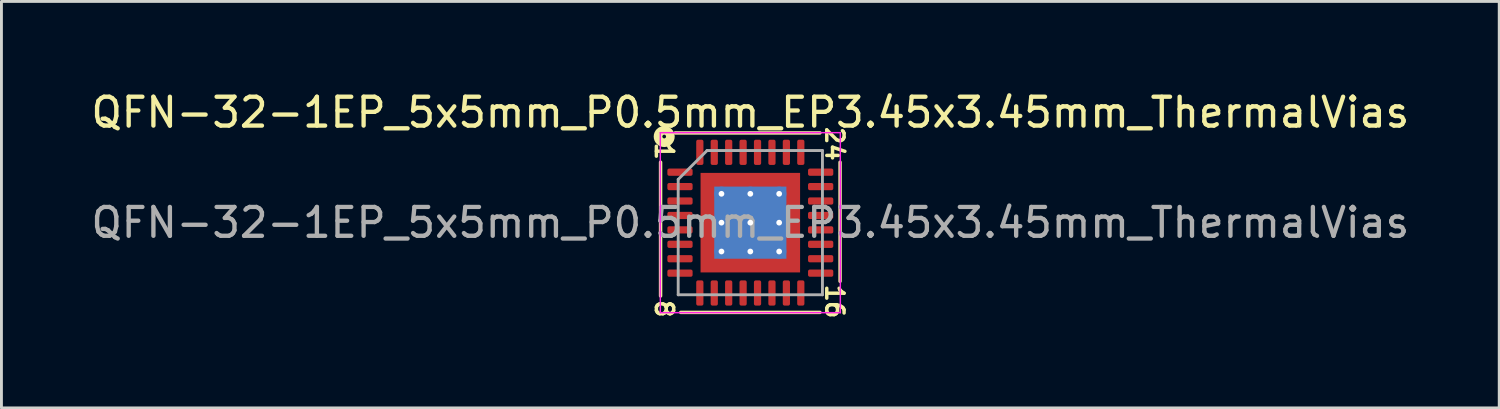
<source format=kicad_pcb>
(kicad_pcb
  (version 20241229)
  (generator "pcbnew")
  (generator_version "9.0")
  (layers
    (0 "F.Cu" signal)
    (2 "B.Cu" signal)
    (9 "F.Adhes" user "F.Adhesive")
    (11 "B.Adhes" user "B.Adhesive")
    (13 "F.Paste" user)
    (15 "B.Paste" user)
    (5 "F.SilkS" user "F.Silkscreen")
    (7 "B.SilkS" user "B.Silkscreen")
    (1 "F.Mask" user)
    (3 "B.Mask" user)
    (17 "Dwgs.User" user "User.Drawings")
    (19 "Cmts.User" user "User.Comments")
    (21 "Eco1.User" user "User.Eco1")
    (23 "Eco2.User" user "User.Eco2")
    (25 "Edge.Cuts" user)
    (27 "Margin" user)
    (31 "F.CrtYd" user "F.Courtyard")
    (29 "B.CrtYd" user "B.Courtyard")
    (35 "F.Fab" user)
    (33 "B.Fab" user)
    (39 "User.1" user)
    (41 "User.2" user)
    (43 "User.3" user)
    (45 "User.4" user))
  (footprint "QFN-32-1EP_5x5mm_P0.5mm_EP3.45x3.45mm_ThermalVias"
    (layer "F.Cu")
    (at 22.958 4.668)
    (property "Reference" "QFN-32-1EP_5x5mm_P0.5mm_EP3.45x3.45mm_ThermalVias" (at 0 -3.82 0) (layer "F.SilkS") (effects (font (size 1 1) (thickness 0.15))))
    (attr smd)
    (fp_line (start -3.111 -2.095) (end -3.111 2.54) (stroke (width 0.12) (type solid)) (layer "F.SilkS"))
    (fp_line (start -2.413 3.111) (end 2.413 3.111) (stroke (width 0.12) (type solid)) (layer "F.SilkS"))
    (fp_line (start 2.413 -3.111) (end -2.603 -3.111) (stroke (width 0.12) (type solid)) (layer "F.SilkS"))
    (fp_line (start 3.111 2.032) (end 3.111 -2.095) (stroke (width 0.12) (type solid)) (layer "F.SilkS"))
    (fp_circle (center -2.985 -2.985) (end -2.921 -2.985) (stroke (width 0.3) (type solid)) (fill no) (layer "F.SilkS"))
    (fp_line (start -3.12 -3.12) (end -3.12 3.12) (stroke (width 0.05) (type solid)) (layer "F.CrtYd"))
    (fp_line (start -3.12 3.12) (end 3.12 3.12) (stroke (width 0.05) (type solid)) (layer "F.CrtYd"))
    (fp_line (start 3.12 -3.12) (end -3.12 -3.12) (stroke (width 0.05) (type solid)) (layer "F.CrtYd"))
    (fp_line (start 3.12 3.12) (end 3.12 -3.12) (stroke (width 0.05) (type solid)) (layer "F.CrtYd"))
    (fp_line (start -2.5 -1.5) (end -1.5 -2.5) (stroke (width 0.1) (type solid)) (layer "F.Fab"))
    (fp_line (start -2.5 2.5) (end -2.5 -1.5) (stroke (width 0.1) (type solid)) (layer "F.Fab"))
    (fp_line (start -1.5 -2.5) (end 2.5 -2.5) (stroke (width 0.1) (type solid)) (layer "F.Fab"))
    (fp_line (start 2.5 -2.5) (end 2.5 2.5) (stroke (width 0.1) (type solid)) (layer "F.Fab"))
    (fp_line (start 2.5 2.5) (end -2.5 2.5) (stroke (width 0.1) (type solid)) (layer "F.Fab"))
    (fp_text user "24" (at 2.921 -2.731 270) (unlocked yes) (layer "F.SilkS") (effects (font (size 0.6 0.6) (thickness 0.12))))
    (fp_text user "1" (at -2.985 -2.477 270) (unlocked yes) (layer "F.SilkS") (effects (font (size 0.6 0.6) (thickness 0.12))))
    (fp_text user "8" (at -2.985 2.985 270) (unlocked yes) (layer "F.SilkS") (effects (font (size 0.6 0.6) (thickness 0.12))))
    (fp_text user "16" (at 2.921 2.731 270) (unlocked yes) (layer "F.SilkS") (effects (font (size 0.6 0.6) (thickness 0.12))))
    (fp_text user "${REFERENCE}" (at 0 0 0) (layer "F.Fab") (effects (font (size 1 1) (thickness 0.15))))
    (pad "" smd custom (at -1.363 -1.363) (size 0.484 0.484) (layers "F.Paste") (options (anchor circle)) (primitives (gr_poly (pts (xy 0.192 0.108) (xy 0.108 0.192) (xy -0.192 0.192) (xy -0.192 -0.192) (xy 0.192 -0.192)) (width 0.201) (fill yes))))
    (pad "" smd custom (at -1.363 -0.5) (size 0.503 0.503) (layers "F.Paste") (options (anchor circle)) (primitives (gr_poly (pts (xy 0.21 -0.254) (xy 0.21 0.254) (xy 0.143 0.321) (xy -0.21 0.321) (xy -0.21 -0.321) (xy 0.143 -0.321)) (width 0.164) (fill yes))))
    (pad "" smd custom (at -1.363 0.5) (size 0.503 0.503) (layers "F.Paste") (options (anchor circle)) (primitives (gr_poly (pts (xy 0.21 -0.254) (xy 0.21 0.254) (xy 0.143 0.321) (xy -0.21 0.321) (xy -0.21 -0.321) (xy 0.143 -0.321)) (width 0.164) (fill yes))))
    (pad "" smd custom (at -1.363 1.363) (size 0.484 0.484) (layers "F.Paste") (options (anchor circle)) (primitives (gr_poly (pts (xy 0.192 -0.108) (xy 0.192 0.192) (xy -0.192 0.192) (xy -0.192 -0.192) (xy 0.108 -0.192)) (width 0.201) (fill yes))))
    (pad "" smd custom (at -0.5 -1.363) (size 0.503 0.503) (layers "F.Paste") (options (anchor circle)) (primitives (gr_poly (pts (xy 0.321 0.143) (xy 0.254 0.21) (xy -0.254 0.21) (xy -0.321 0.143) (xy -0.321 -0.21) (xy 0.321 -0.21)) (width 0.164) (fill yes))))
    (pad "" smd roundrect (at -0.5 -0.5) (size 0.806 0.806) (layers "F.Paste") (roundrect_rratio 0.25))
    (pad "" smd roundrect (at -0.5 0.5) (size 0.806 0.806) (layers "F.Paste") (roundrect_rratio 0.25))
    (pad "" smd custom (at -0.5 1.363) (size 0.503 0.503) (layers "F.Paste") (options (anchor circle)) (primitives (gr_poly (pts (xy 0.321 -0.143) (xy 0.321 0.21) (xy -0.321 0.21) (xy -0.321 -0.143) (xy -0.254 -0.21) (xy 0.254 -0.21)) (width 0.164) (fill yes))))
    (pad "" smd custom (at 0.5 -1.363) (size 0.503 0.503) (layers "F.Paste") (options (anchor circle)) (primitives (gr_poly (pts (xy 0.321 0.143) (xy 0.254 0.21) (xy -0.254 0.21) (xy -0.321 0.143) (xy -0.321 -0.21) (xy 0.321 -0.21)) (width 0.164) (fill yes))))
    (pad "" smd roundrect (at 0.5 -0.5) (size 0.806 0.806) (layers "F.Paste") (roundrect_rratio 0.25))
    (pad "" smd roundrect (at 0.5 0.5) (size 0.806 0.806) (layers "F.Paste") (roundrect_rratio 0.25))
    (pad "" smd custom (at 0.5 1.363) (size 0.503 0.503) (layers "F.Paste") (options (anchor circle)) (primitives (gr_poly (pts (xy 0.321 -0.143) (xy 0.321 0.21) (xy -0.321 0.21) (xy -0.321 -0.143) (xy -0.254 -0.21) (xy 0.254 -0.21)) (width 0.164) (fill yes))))
    (pad "" smd custom (at 1.363 -1.363) (size 0.484 0.484) (layers "F.Paste") (options (anchor circle)) (primitives (gr_poly (pts (xy 0.192 0.192) (xy -0.108 0.192) (xy -0.192 0.108) (xy -0.192 -0.192) (xy 0.192 -0.192)) (width 0.201) (fill yes))))
    (pad "" smd custom (at 1.363 -0.5) (size 0.503 0.503) (layers "F.Paste") (options (anchor circle)) (primitives (gr_poly (pts (xy 0.21 0.321) (xy -0.143 0.321) (xy -0.21 0.254) (xy -0.21 -0.254) (xy -0.143 -0.321) (xy 0.21 -0.321)) (width 0.164) (fill yes))))
    (pad "" smd custom (at 1.363 0.5) (size 0.503 0.503) (layers "F.Paste") (options (anchor circle)) (primitives (gr_poly (pts (xy 0.21 0.321) (xy -0.143 0.321) (xy -0.21 0.254) (xy -0.21 -0.254) (xy -0.143 -0.321) (xy 0.21 -0.321)) (width 0.164) (fill yes))))
    (pad "" smd custom (at 1.363 1.363) (size 0.484 0.484) (layers "F.Paste") (options (anchor circle)) (primitives (gr_poly (pts (xy 0.192 0.192) (xy -0.192 0.192) (xy -0.192 -0.108) (xy -0.108 -0.192) (xy 0.192 -0.192)) (width 0.201) (fill yes))))
    (pad "1" smd roundrect (at -2.438 -1.75) (size 0.875 0.25) (layers "F.Cu" "F.Mask" "F.Paste") (roundrect_rratio 0.25))
    (pad "2" smd roundrect (at -2.438 -1.25) (size 0.875 0.25) (layers "F.Cu" "F.Mask" "F.Paste") (roundrect_rratio 0.25))
    (pad "3" smd roundrect (at -2.438 -0.75) (size 0.875 0.25) (layers "F.Cu" "F.Mask" "F.Paste") (roundrect_rratio 0.25))
    (pad "4" smd roundrect (at -2.438 -0.25) (size 0.875 0.25) (layers "F.Cu" "F.Mask" "F.Paste") (roundrect_rratio 0.25))
    (pad "5" smd roundrect (at -2.438 0.25) (size 0.875 0.25) (layers "F.Cu" "F.Mask" "F.Paste") (roundrect_rratio 0.25))
    (pad "6" smd roundrect (at -2.438 0.75) (size 0.875 0.25) (layers "F.Cu" "F.Mask" "F.Paste") (roundrect_rratio 0.25))
    (pad "7" smd roundrect (at -2.438 1.25) (size 0.875 0.25) (layers "F.Cu" "F.Mask" "F.Paste") (roundrect_rratio 0.25))
    (pad "8" smd roundrect (at -2.438 1.75) (size 0.875 0.25) (layers "F.Cu" "F.Mask" "F.Paste") (roundrect_rratio 0.25))
    (pad "9" smd roundrect (at -1.75 2.438) (size 0.25 0.875) (layers "F.Cu" "F.Mask" "F.Paste") (roundrect_rratio 0.25))
    (pad "10" smd roundrect (at -1.25 2.438) (size 0.25 0.875) (layers "F.Cu" "F.Mask" "F.Paste") (roundrect_rratio 0.25))
    (pad "11" smd roundrect (at -0.75 2.438) (size 0.25 0.875) (layers "F.Cu" "F.Mask" "F.Paste") (roundrect_rratio 0.25))
    (pad "12" smd roundrect (at -0.25 2.438) (size 0.25 0.875) (layers "F.Cu" "F.Mask" "F.Paste") (roundrect_rratio 0.25))
    (pad "13" smd roundrect (at 0.25 2.438) (size 0.25 0.875) (layers "F.Cu" "F.Mask" "F.Paste") (roundrect_rratio 0.25))
    (pad "14" smd roundrect (at 0.75 2.438) (size 0.25 0.875) (layers "F.Cu" "F.Mask" "F.Paste") (roundrect_rratio 0.25))
    (pad "15" smd roundrect (at 1.25 2.438) (size 0.25 0.875) (layers "F.Cu" "F.Mask" "F.Paste") (roundrect_rratio 0.25))
    (pad "16" smd roundrect (at 1.75 2.438) (size 0.25 0.875) (layers "F.Cu" "F.Mask" "F.Paste") (roundrect_rratio 0.25))
    (pad "17" smd roundrect (at 2.438 1.75) (size 0.875 0.25) (layers "F.Cu" "F.Mask" "F.Paste") (roundrect_rratio 0.25))
    (pad "18" smd roundrect (at 2.438 1.25) (size 0.875 0.25) (layers "F.Cu" "F.Mask" "F.Paste") (roundrect_rratio 0.25))
    (pad "19" smd roundrect (at 2.438 0.75) (size 0.875 0.25) (layers "F.Cu" "F.Mask" "F.Paste") (roundrect_rratio 0.25))
    (pad "20" smd roundrect (at 2.438 0.25) (size 0.875 0.25) (layers "F.Cu" "F.Mask" "F.Paste") (roundrect_rratio 0.25))
    (pad "21" smd roundrect (at 2.438 -0.25) (size 0.875 0.25) (layers "F.Cu" "F.Mask" "F.Paste") (roundrect_rratio 0.25))
    (pad "22" smd roundrect (at 2.438 -0.75) (size 0.875 0.25) (layers "F.Cu" "F.Mask" "F.Paste") (roundrect_rratio 0.25))
    (pad "23" smd roundrect (at 2.438 -1.25) (size 0.875 0.25) (layers "F.Cu" "F.Mask" "F.Paste") (roundrect_rratio 0.25))
    (pad "24" smd roundrect (at 2.438 -1.75) (size 0.875 0.25) (layers "F.Cu" "F.Mask" "F.Paste") (roundrect_rratio 0.25))
    (pad "25" smd roundrect (at 1.75 -2.438) (size 0.25 0.875) (layers "F.Cu" "F.Mask" "F.Paste") (roundrect_rratio 0.25))
    (pad "26" smd roundrect (at 1.25 -2.438) (size 0.25 0.875) (layers "F.Cu" "F.Mask" "F.Paste") (roundrect_rratio 0.25))
    (pad "27" smd roundrect (at 0.75 -2.438) (size 0.25 0.875) (layers "F.Cu" "F.Mask" "F.Paste") (roundrect_rratio 0.25))
    (pad "28" smd roundrect (at 0.25 -2.438) (size 0.25 0.875) (layers "F.Cu" "F.Mask" "F.Paste") (roundrect_rratio 0.25))
    (pad "29" smd roundrect (at -0.25 -2.438) (size 0.25 0.875) (layers "F.Cu" "F.Mask" "F.Paste") (roundrect_rratio 0.25))
    (pad "30" smd roundrect (at -0.75 -2.438) (size 0.25 0.875) (layers "F.Cu" "F.Mask" "F.Paste") (roundrect_rratio 0.25))
    (pad "31" smd roundrect (at -1.25 -2.438) (size 0.25 0.875) (layers "F.Cu" "F.Mask" "F.Paste") (roundrect_rratio 0.25))
    (pad "32" smd roundrect (at -1.75 -2.438) (size 0.25 0.875) (layers "F.Cu" "F.Mask" "F.Paste") (roundrect_rratio 0.25))
    (pad "33" thru_hole circle (at -1 -1) (size 0.5 0.5) (drill 0.2) (layers "*.Cu"))
    (pad "33" thru_hole circle (at -1 0) (size 0.5 0.5) (drill 0.2) (layers "*.Cu"))
    (pad "33" thru_hole circle (at -1 1) (size 0.5 0.5) (drill 0.2) (layers "*.Cu"))
    (pad "33" thru_hole circle (at 0 -1) (size 0.5 0.5) (drill 0.2) (layers "*.Cu"))
    (pad "33" thru_hole circle (at 0 0) (size 0.5 0.5) (drill 0.2) (layers "*.Cu"))
    (pad "33" smd rect (at 0 0) (size 2.5 2.5) (layers "B.Cu" "B.Mask"))
    (pad "33" smd rect (at 0 0) (size 3.45 3.45) (layers "F.Cu" "F.Mask"))
    (pad "33" thru_hole circle (at 0 1) (size 0.5 0.5) (drill 0.2) (layers "*.Cu"))
    (pad "33" thru_hole circle (at 1 -1) (size 0.5 0.5) (drill 0.2) (layers "*.Cu"))
    (pad "33" thru_hole circle (at 1 0) (size 0.5 0.5) (drill 0.2) (layers "*.Cu"))
    (pad "33" thru_hole circle (at 1 1) (size 0.5 0.5) (drill 0.2) (layers "*.Cu")))
  (gr_rect
    (start -3 -3)
    (end 48.917 11.09)
    (stroke (width 0.1) (type default))
    (fill no)
    (layer "Edge.Cuts")))
</source>
